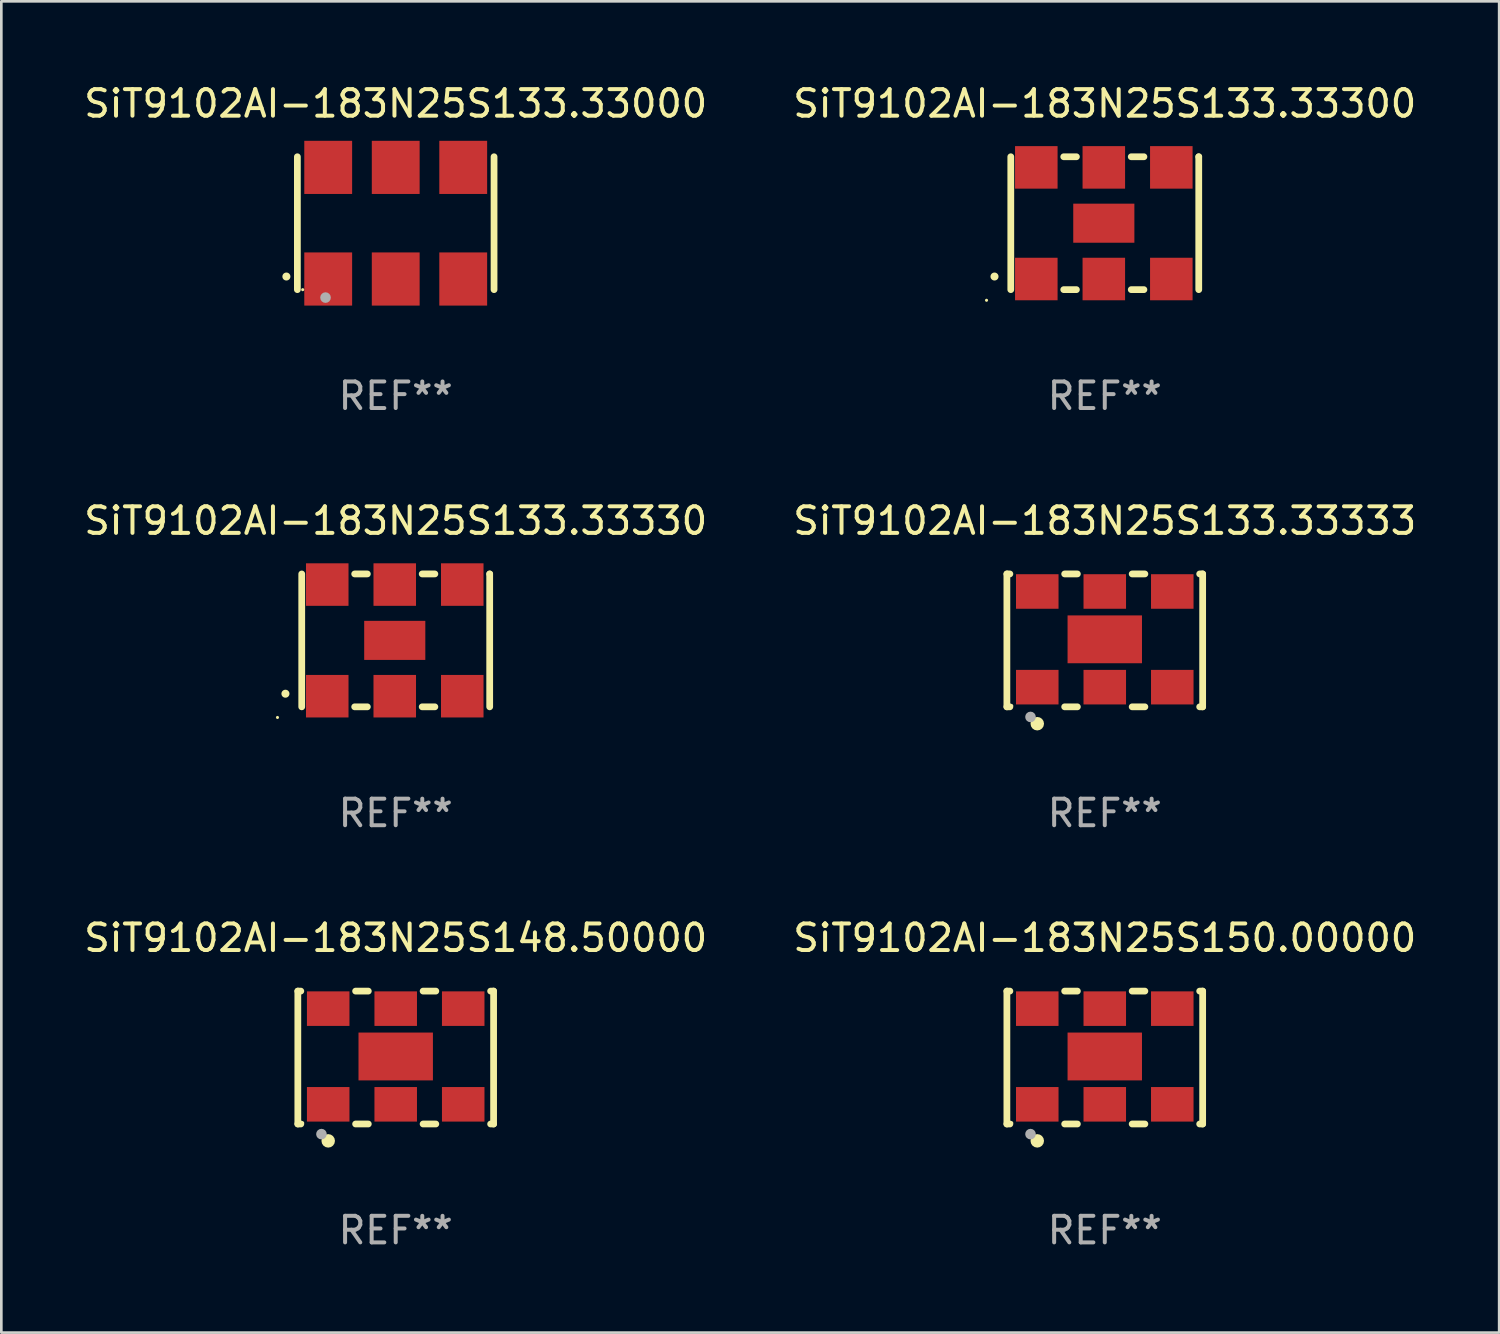
<source format=kicad_pcb>
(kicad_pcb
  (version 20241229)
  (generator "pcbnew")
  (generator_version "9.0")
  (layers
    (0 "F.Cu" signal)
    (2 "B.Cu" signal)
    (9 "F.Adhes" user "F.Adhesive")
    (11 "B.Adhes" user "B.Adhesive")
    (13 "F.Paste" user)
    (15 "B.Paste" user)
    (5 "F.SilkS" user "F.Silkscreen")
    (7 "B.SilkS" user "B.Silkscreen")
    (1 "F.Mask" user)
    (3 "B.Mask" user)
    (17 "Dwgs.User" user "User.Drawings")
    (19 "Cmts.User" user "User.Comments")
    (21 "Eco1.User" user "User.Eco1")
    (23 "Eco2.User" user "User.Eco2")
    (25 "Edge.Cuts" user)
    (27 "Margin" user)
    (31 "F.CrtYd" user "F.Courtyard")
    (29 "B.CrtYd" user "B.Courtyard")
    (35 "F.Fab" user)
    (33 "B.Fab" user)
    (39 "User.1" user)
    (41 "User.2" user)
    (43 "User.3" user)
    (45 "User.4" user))
  (footprint "SiT9102AI-183N25S148.50000"
    (layer "F.Cu")
    (at 11.839 36.741)
    (property "Reference" "SiT9102AI-183N25S148.50000" (at 0 -4.5 0) (layer "F.SilkS") (effects (font (size 1 1) (thickness 0.15))))
    (attr through_hole)
    (fp_line (start -3.683 -2.5) (end -3.571 -2.5) (stroke (width 0.254) (type solid)) (layer "F.SilkS"))
    (fp_line (start -3.683 2.5) (end -3.683 -2.5) (stroke (width 0.254) (type solid)) (layer "F.SilkS"))
    (fp_line (start -3.683 2.5) (end -3.571 2.5) (stroke (width 0.254) (type solid)) (layer "F.SilkS"))
    (fp_line (start -1.509 -2.5) (end -1.031 -2.5) (stroke (width 0.254) (type solid)) (layer "F.SilkS"))
    (fp_line (start -1.509 2.5) (end -1.031 2.5) (stroke (width 0.254) (type solid)) (layer "F.SilkS"))
    (fp_line (start 1.031 -2.5) (end 1.509 -2.5) (stroke (width 0.254) (type solid)) (layer "F.SilkS"))
    (fp_line (start 1.031 2.5) (end 1.509 2.5) (stroke (width 0.254) (type solid)) (layer "F.SilkS"))
    (fp_line (start 3.571 -2.5) (end 3.683 -2.5) (stroke (width 0.254) (type solid)) (layer "F.SilkS"))
    (fp_line (start 3.571 2.5) (end 3.683 2.5) (stroke (width 0.254) (type solid)) (layer "F.SilkS"))
    (fp_line (start 3.683 2.5) (end 3.683 -2.5) (stroke (width 0.254) (type solid)) (layer "F.SilkS"))
    (fp_circle (center -3.5 2.46) (end -3.47 2.46) (stroke (width 0.06) (type solid)) (fill no) (layer "F.SilkS"))
    (fp_circle (center -2.54 3.135) (end -2.413 3.135) (stroke (width 0.254) (type solid)) (fill no) (layer "F.SilkS"))
    (fp_circle (center -2.794 2.881) (end -2.694 2.881) (stroke (width 0.2) (type solid)) (fill no) (layer "F.Fab"))
    (fp_text user "REF**" (at 0 6.5 0) (layer "F.Fab") (effects (font (size 1 1) (thickness 0.15))))
    (pad "1" smd rect (at -2.54 1.76) (size 1.6 1.3) (layers "F.Cu" "F.Mask" "F.Paste"))
    (pad "2" smd rect (at 0 1.76) (size 1.6 1.3) (layers "F.Cu" "F.Mask" "F.Paste"))
    (pad "3" smd rect (at 2.54 1.76) (size 1.6 1.3) (layers "F.Cu" "F.Mask" "F.Paste"))
    (pad "4" smd rect (at 2.54 -1.84) (size 1.6 1.3) (layers "F.Cu" "F.Mask" "F.Paste"))
    (pad "5" smd rect (at 0 -1.84) (size 1.6 1.3) (layers "F.Cu" "F.Mask" "F.Paste"))
    (pad "6" smd rect (at -2.54 -1.84) (size 1.6 1.3) (layers "F.Cu" "F.Mask" "F.Paste"))
    (pad "7" smd rect (at 0 -0.04) (size 2.8 1.8) (layers "F.Cu" "F.Mask" "F.Paste")))
  (footprint "SiT9102AI-183N25S133.33333"
    (layer "F.Cu")
    (at 38.518 21.045)
    (property "Reference" "SiT9102AI-183N25S133.33333" (at 0 -4.5 0) (layer "F.SilkS") (effects (font (size 1 1) (thickness 0.15))))
    (attr through_hole)
    (fp_line (start -3.683 -2.5) (end -3.571 -2.5) (stroke (width 0.254) (type solid)) (layer "F.SilkS"))
    (fp_line (start -3.683 2.5) (end -3.683 -2.5) (stroke (width 0.254) (type solid)) (layer "F.SilkS"))
    (fp_line (start -3.683 2.5) (end -3.571 2.5) (stroke (width 0.254) (type solid)) (layer "F.SilkS"))
    (fp_line (start -1.509 -2.5) (end -1.031 -2.5) (stroke (width 0.254) (type solid)) (layer "F.SilkS"))
    (fp_line (start -1.509 2.5) (end -1.031 2.5) (stroke (width 0.254) (type solid)) (layer "F.SilkS"))
    (fp_line (start 1.031 -2.5) (end 1.509 -2.5) (stroke (width 0.254) (type solid)) (layer "F.SilkS"))
    (fp_line (start 1.031 2.5) (end 1.509 2.5) (stroke (width 0.254) (type solid)) (layer "F.SilkS"))
    (fp_line (start 3.571 -2.5) (end 3.683 -2.5) (stroke (width 0.254) (type solid)) (layer "F.SilkS"))
    (fp_line (start 3.571 2.5) (end 3.683 2.5) (stroke (width 0.254) (type solid)) (layer "F.SilkS"))
    (fp_line (start 3.683 2.5) (end 3.683 -2.5) (stroke (width 0.254) (type solid)) (layer "F.SilkS"))
    (fp_circle (center -3.5 2.46) (end -3.47 2.46) (stroke (width 0.06) (type solid)) (fill no) (layer "F.SilkS"))
    (fp_circle (center -2.54 3.135) (end -2.413 3.135) (stroke (width 0.254) (type solid)) (fill no) (layer "F.SilkS"))
    (fp_circle (center -2.794 2.881) (end -2.694 2.881) (stroke (width 0.2) (type solid)) (fill no) (layer "F.Fab"))
    (fp_text user "REF**" (at 0 6.5 0) (layer "F.Fab") (effects (font (size 1 1) (thickness 0.15))))
    (pad "1" smd rect (at -2.54 1.76) (size 1.6 1.3) (layers "F.Cu" "F.Mask" "F.Paste"))
    (pad "2" smd rect (at 0 1.76) (size 1.6 1.3) (layers "F.Cu" "F.Mask" "F.Paste"))
    (pad "3" smd rect (at 2.54 1.76) (size 1.6 1.3) (layers "F.Cu" "F.Mask" "F.Paste"))
    (pad "4" smd rect (at 2.54 -1.84) (size 1.6 1.3) (layers "F.Cu" "F.Mask" "F.Paste"))
    (pad "5" smd rect (at 0 -1.84) (size 1.6 1.3) (layers "F.Cu" "F.Mask" "F.Paste"))
    (pad "6" smd rect (at -2.54 -1.84) (size 1.6 1.3) (layers "F.Cu" "F.Mask" "F.Paste"))
    (pad "7" smd rect (at 0 -0.04) (size 2.8 1.8) (layers "F.Cu" "F.Mask" "F.Paste")))
  (footprint "SiT9102AI-183N25S133.33300"
    (layer "F.Cu")
    (at 38.518 5.348)
    (property "Reference" "SiT9102AI-183N25S133.33300" (at 0 -4.5 0) (layer "F.SilkS") (effects (font (size 1 1) (thickness 0.15))))
    (attr through_hole)
    (fp_line (start -3.536 -2.5) (end -3.536 2.5) (stroke (width 0.254) (type solid)) (layer "F.SilkS"))
    (fp_line (start -1.544 2.5) (end -1.067 2.5) (stroke (width 0.254) (type solid)) (layer "F.SilkS"))
    (fp_line (start -1.067 -2.5) (end -1.544 -2.5) (stroke (width 0.254) (type solid)) (layer "F.SilkS"))
    (fp_line (start 0.996 2.5) (end 1.473 2.5) (stroke (width 0.254) (type solid)) (layer "F.SilkS"))
    (fp_line (start 1.473 -2.5) (end 0.996 -2.5) (stroke (width 0.254) (type solid)) (layer "F.SilkS"))
    (fp_line (start 3.536 -2.5) (end 3.536 -2.5) (stroke (width 0.254) (type solid)) (layer "F.SilkS"))
    (fp_line (start 3.536 2.5) (end 3.536 -2.5) (stroke (width 0.254) (type solid)) (layer "F.SilkS"))
    (fp_arc (start -4.150432 2.006604) (mid -4.149162 2.006599) (end -4.147892 2.006604) (stroke (width 0.3) (type solid)) (layer "F.SilkS"))
    (fp_circle (center -4.449 2.9) (end -4.419 2.9) (stroke (width 0.06) (type solid)) (fill no) (layer "F.SilkS"))
    (fp_text user "REF**" (at 0 6.5 0) (layer "F.Fab") (effects (font (size 1 1) (thickness 0.15))))
    (pad "1" smd rect (at -2.576 2.1) (size 1.6 1.6) (layers "F.Cu" "F.Mask" "F.Paste"))
    (pad "2" smd rect (at -0.036 2.1) (size 1.6 1.6) (layers "F.Cu" "F.Mask" "F.Paste"))
    (pad "3" smd rect (at 2.504 2.1) (size 1.6 1.6) (layers "F.Cu" "F.Mask" "F.Paste"))
    (pad "4" smd rect (at 2.504 -2.1) (size 1.6 1.6) (layers "F.Cu" "F.Mask" "F.Paste"))
    (pad "5" smd rect (at -0.036 -2.1) (size 1.6 1.6) (layers "F.Cu" "F.Mask" "F.Paste"))
    (pad "6" smd rect (at -2.576 -2.1) (size 1.6 1.6) (layers "F.Cu" "F.Mask" "F.Paste"))
    (pad "7" smd rect (at -0.036 0) (size 2.3 1.47) (layers "F.Cu" "F.Mask" "F.Paste")))
  (footprint "SiT9102AI-183N25S133.33330"
    (layer "F.Cu")
    (at 11.839 21.045)
    (property "Reference" "SiT9102AI-183N25S133.33330" (at 0 -4.5 0) (layer "F.SilkS") (effects (font (size 1 1) (thickness 0.15))))
    (attr through_hole)
    (fp_line (start -3.536 -2.5) (end -3.536 2.5) (stroke (width 0.254) (type solid)) (layer "F.SilkS"))
    (fp_line (start -1.544 2.5) (end -1.067 2.5) (stroke (width 0.254) (type solid)) (layer "F.SilkS"))
    (fp_line (start -1.067 -2.5) (end -1.544 -2.5) (stroke (width 0.254) (type solid)) (layer "F.SilkS"))
    (fp_line (start 0.996 2.5) (end 1.473 2.5) (stroke (width 0.254) (type solid)) (layer "F.SilkS"))
    (fp_line (start 1.473 -2.5) (end 0.996 -2.5) (stroke (width 0.254) (type solid)) (layer "F.SilkS"))
    (fp_line (start 3.536 -2.5) (end 3.536 -2.5) (stroke (width 0.254) (type solid)) (layer "F.SilkS"))
    (fp_line (start 3.536 2.5) (end 3.536 -2.5) (stroke (width 0.254) (type solid)) (layer "F.SilkS"))
    (fp_arc (start -4.150432 2.006604) (mid -4.149162 2.006599) (end -4.147892 2.006604) (stroke (width 0.3) (type solid)) (layer "F.SilkS"))
    (fp_circle (center -4.449 2.9) (end -4.419 2.9) (stroke (width 0.06) (type solid)) (fill no) (layer "F.SilkS"))
    (fp_text user "REF**" (at 0 6.5 0) (layer "F.Fab") (effects (font (size 1 1) (thickness 0.15))))
    (pad "1" smd rect (at -2.576 2.1) (size 1.6 1.6) (layers "F.Cu" "F.Mask" "F.Paste"))
    (pad "2" smd rect (at -0.036 2.1) (size 1.6 1.6) (layers "F.Cu" "F.Mask" "F.Paste"))
    (pad "3" smd rect (at 2.504 2.1) (size 1.6 1.6) (layers "F.Cu" "F.Mask" "F.Paste"))
    (pad "4" smd rect (at 2.504 -2.1) (size 1.6 1.6) (layers "F.Cu" "F.Mask" "F.Paste"))
    (pad "5" smd rect (at -0.036 -2.1) (size 1.6 1.6) (layers "F.Cu" "F.Mask" "F.Paste"))
    (pad "6" smd rect (at -2.576 -2.1) (size 1.6 1.6) (layers "F.Cu" "F.Mask" "F.Paste"))
    (pad "7" smd rect (at -0.036 0) (size 2.3 1.47) (layers "F.Cu" "F.Mask" "F.Paste")))
  (footprint "SiT9102AI-183N25S150.00000"
    (layer "F.Cu")
    (at 38.518 36.741)
    (property "Reference" "SiT9102AI-183N25S150.00000" (at 0 -4.5 0) (layer "F.SilkS") (effects (font (size 1 1) (thickness 0.15))))
    (attr through_hole)
    (fp_line (start -3.683 -2.5) (end -3.571 -2.5) (stroke (width 0.254) (type solid)) (layer "F.SilkS"))
    (fp_line (start -3.683 2.5) (end -3.683 -2.5) (stroke (width 0.254) (type solid)) (layer "F.SilkS"))
    (fp_line (start -3.683 2.5) (end -3.571 2.5) (stroke (width 0.254) (type solid)) (layer "F.SilkS"))
    (fp_line (start -1.509 -2.5) (end -1.031 -2.5) (stroke (width 0.254) (type solid)) (layer "F.SilkS"))
    (fp_line (start -1.509 2.5) (end -1.031 2.5) (stroke (width 0.254) (type solid)) (layer "F.SilkS"))
    (fp_line (start 1.031 -2.5) (end 1.509 -2.5) (stroke (width 0.254) (type solid)) (layer "F.SilkS"))
    (fp_line (start 1.031 2.5) (end 1.509 2.5) (stroke (width 0.254) (type solid)) (layer "F.SilkS"))
    (fp_line (start 3.571 -2.5) (end 3.683 -2.5) (stroke (width 0.254) (type solid)) (layer "F.SilkS"))
    (fp_line (start 3.571 2.5) (end 3.683 2.5) (stroke (width 0.254) (type solid)) (layer "F.SilkS"))
    (fp_line (start 3.683 2.5) (end 3.683 -2.5) (stroke (width 0.254) (type solid)) (layer "F.SilkS"))
    (fp_circle (center -3.5 2.46) (end -3.47 2.46) (stroke (width 0.06) (type solid)) (fill no) (layer "F.SilkS"))
    (fp_circle (center -2.54 3.135) (end -2.413 3.135) (stroke (width 0.254) (type solid)) (fill no) (layer "F.SilkS"))
    (fp_circle (center -2.794 2.881) (end -2.694 2.881) (stroke (width 0.2) (type solid)) (fill no) (layer "F.Fab"))
    (fp_text user "REF**" (at 0 6.5 0) (layer "F.Fab") (effects (font (size 1 1) (thickness 0.15))))
    (pad "1" smd rect (at -2.54 1.76) (size 1.6 1.3) (layers "F.Cu" "F.Mask" "F.Paste"))
    (pad "2" smd rect (at 0 1.76) (size 1.6 1.3) (layers "F.Cu" "F.Mask" "F.Paste"))
    (pad "3" smd rect (at 2.54 1.76) (size 1.6 1.3) (layers "F.Cu" "F.Mask" "F.Paste"))
    (pad "4" smd rect (at 2.54 -1.84) (size 1.6 1.3) (layers "F.Cu" "F.Mask" "F.Paste"))
    (pad "5" smd rect (at 0 -1.84) (size 1.6 1.3) (layers "F.Cu" "F.Mask" "F.Paste"))
    (pad "6" smd rect (at -2.54 -1.84) (size 1.6 1.3) (layers "F.Cu" "F.Mask" "F.Paste"))
    (pad "7" smd rect (at 0 -0.04) (size 2.8 1.8) (layers "F.Cu" "F.Mask" "F.Paste")))
  (footprint "SiT9102AI-183N25S133.33000"
    (layer "F.Cu")
    (at 11.839 5.348)
    (property "Reference" "SiT9102AI-183N25S133.33000" (at 0 -4.5 0) (layer "F.SilkS") (effects (font (size 1 1) (thickness 0.15))))
    (attr through_hole)
    (fp_line (start -3.7 -2.5) (end -3.7 2.5) (stroke (width 0.254) (type solid)) (layer "F.SilkS"))
    (fp_line (start 3.7 -2.5) (end 3.7 2.5) (stroke (width 0.254) (type solid)) (layer "F.SilkS"))
    (fp_arc (start -4.114415 2.006604) (mid -4.113145 2.006599) (end -4.111875 2.006604) (stroke (width 0.3) (type solid)) (layer "F.SilkS"))
    (fp_circle (center -3.5 2.501) (end -3.47 2.501) (stroke (width 0.06) (type solid)) (fill no) (layer "F.SilkS"))
    (fp_circle (center -2.641 2.799) (end -2.541 2.799) (stroke (width 0.2) (type solid)) (fill no) (layer "F.Fab"))
    (fp_text user "REF**" (at 0 6.5 0) (layer "F.Fab") (effects (font (size 1 1) (thickness 0.15))))
    (pad "1" smd rect (at -2.54 2.1) (size 1.8 2) (layers "F.Cu" "F.Mask" "F.Paste"))
    (pad "2" smd rect (at 0.000394 2.1) (size 1.8 2) (layers "F.Cu" "F.Mask" "F.Paste"))
    (pad "3" smd rect (at 2.54 2.1) (size 1.8 2) (layers "F.Cu" "F.Mask" "F.Paste"))
    (pad "4" smd rect (at 2.54 -2.1) (size 1.8 2) (layers "F.Cu" "F.Mask" "F.Paste"))
    (pad "5" smd rect (at 0.000394 -2.1) (size 1.8 2) (layers "F.Cu" "F.Mask" "F.Paste"))
    (pad "6" smd rect (at -2.54 -2.1) (size 1.8 2) (layers "F.Cu" "F.Mask" "F.Paste")))
  (gr_rect
    (start -3 -3)
    (end 53.357 47.09)
    (stroke (width 0.1) (type default))
    (fill no)
    (layer "Edge.Cuts")))
</source>
